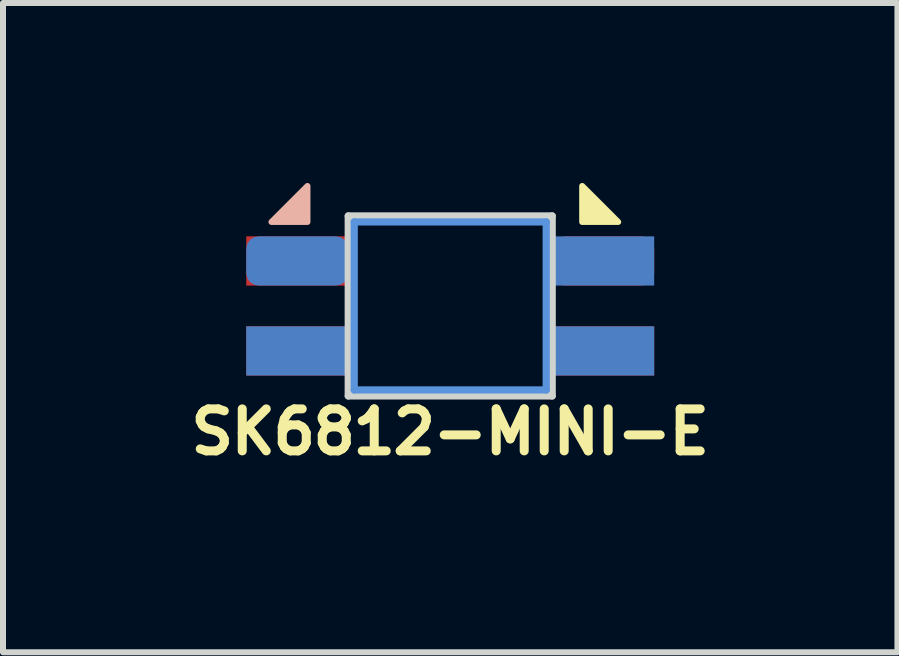
<source format=kicad_pcb>
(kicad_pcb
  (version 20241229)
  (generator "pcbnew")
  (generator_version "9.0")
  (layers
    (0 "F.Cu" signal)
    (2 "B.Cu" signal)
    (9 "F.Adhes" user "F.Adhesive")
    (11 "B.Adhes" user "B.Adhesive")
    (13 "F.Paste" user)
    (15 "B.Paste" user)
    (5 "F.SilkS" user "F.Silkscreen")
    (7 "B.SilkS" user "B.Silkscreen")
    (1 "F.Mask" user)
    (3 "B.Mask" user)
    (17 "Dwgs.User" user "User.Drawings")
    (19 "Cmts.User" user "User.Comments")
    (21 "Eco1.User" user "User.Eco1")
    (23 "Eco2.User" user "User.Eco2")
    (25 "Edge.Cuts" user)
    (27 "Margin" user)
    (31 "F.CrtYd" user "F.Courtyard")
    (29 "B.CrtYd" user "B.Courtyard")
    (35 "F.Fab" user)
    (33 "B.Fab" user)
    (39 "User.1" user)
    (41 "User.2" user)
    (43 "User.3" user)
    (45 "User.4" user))
  (footprint "SK6812-MINI-E"
    (layer "F.Cu")
    (at 4.455 2.05)
    (property "Reference" "SK6812-MINI-E" (at 0 2.1 0) (unlocked yes) (layer "F.SilkS") (effects (font (size 0.7 0.7) (thickness 0.15))))
    (attr through_hole)
    (fp_poly (pts (xy 2.8 -1.4) (xy 2.2 -1.4) (xy 2.2 -2)) (stroke (width 0.1) (type solid)) (fill yes) (layer "F.SilkS"))
    (fp_poly (pts (xy -2.98 -1.4) (xy -2.38 -1.4) (xy -2.38 -2)) (stroke (width 0.1) (type solid)) (fill yes) (layer "B.SilkS"))
    (fp_line (start -1.6 -1.4) (end 1.6 -1.4) (stroke (width 0.12) (type solid)) (layer "Cmts.User"))
    (fp_line (start -1.6 1.4) (end -1.6 -1.4) (stroke (width 0.12) (type solid)) (layer "Cmts.User"))
    (fp_line (start 1.6 -1.4) (end 1.6 1.4) (stroke (width 0.12) (type solid)) (layer "Cmts.User"))
    (fp_line (start 1.6 1.4) (end -1.6 1.4) (stroke (width 0.12) (type solid)) (layer "Cmts.User"))
    (fp_line (start -1.7 -1.5) (end 1.7 -1.5) (stroke (width 0.12) (type solid)) (layer "Edge.Cuts"))
    (fp_line (start -1.7 1.5) (end -1.7 -1.5) (stroke (width 0.12) (type solid)) (layer "Edge.Cuts"))
    (fp_line (start 1.7 -1.5) (end 1.7 1.5) (stroke (width 0.12) (type solid)) (layer "Edge.Cuts"))
    (fp_line (start 1.7 1.5) (end -1.7 1.5) (stroke (width 0.12) (type solid)) (layer "Edge.Cuts"))
    (pad "1" smd rect (at -2.55 0.75) (size 1.7 0.82) (layers "F.Cu" "F.Mask" "F.Paste"))
    (pad "1" smd rect (at 2.55 0.75) (size 1.7 0.82) (layers "B.Cu" "B.Mask" "B.Paste"))
    (pad "2" smd rect (at -2.55 -0.75) (size 1.7 0.82) (layers "F.Cu" "F.Mask" "F.Paste"))
    (pad "2" smd rect (at 2.55 -0.75) (size 1.7 0.82) (layers "B.Cu" "B.Mask" "B.Paste"))
    (pad "3" smd roundrect (at -2.55 -0.75) (size 1.7 0.82) (layers "B.Cu" "B.Mask" "B.Paste") (roundrect_rratio 0.25))
    (pad "3" smd roundrect (at 2.55 -0.75) (size 1.7 0.82) (layers "F.Cu" "F.Mask" "F.Paste") (roundrect_rratio 0.25))
    (pad "4" smd rect (at -2.55 0.75) (size 1.7 0.82) (layers "B.Cu" "B.Mask" "B.Paste"))
    (pad "4" smd rect (at 2.55 0.75) (size 1.7 0.82) (layers "F.Cu" "F.Mask" "F.Paste")))
  (gr_rect
    (start -3 -3)
    (end 11.91 7.823)
    (stroke (width 0.1) (type default))
    (fill no)
    (layer "Edge.Cuts")))
</source>
